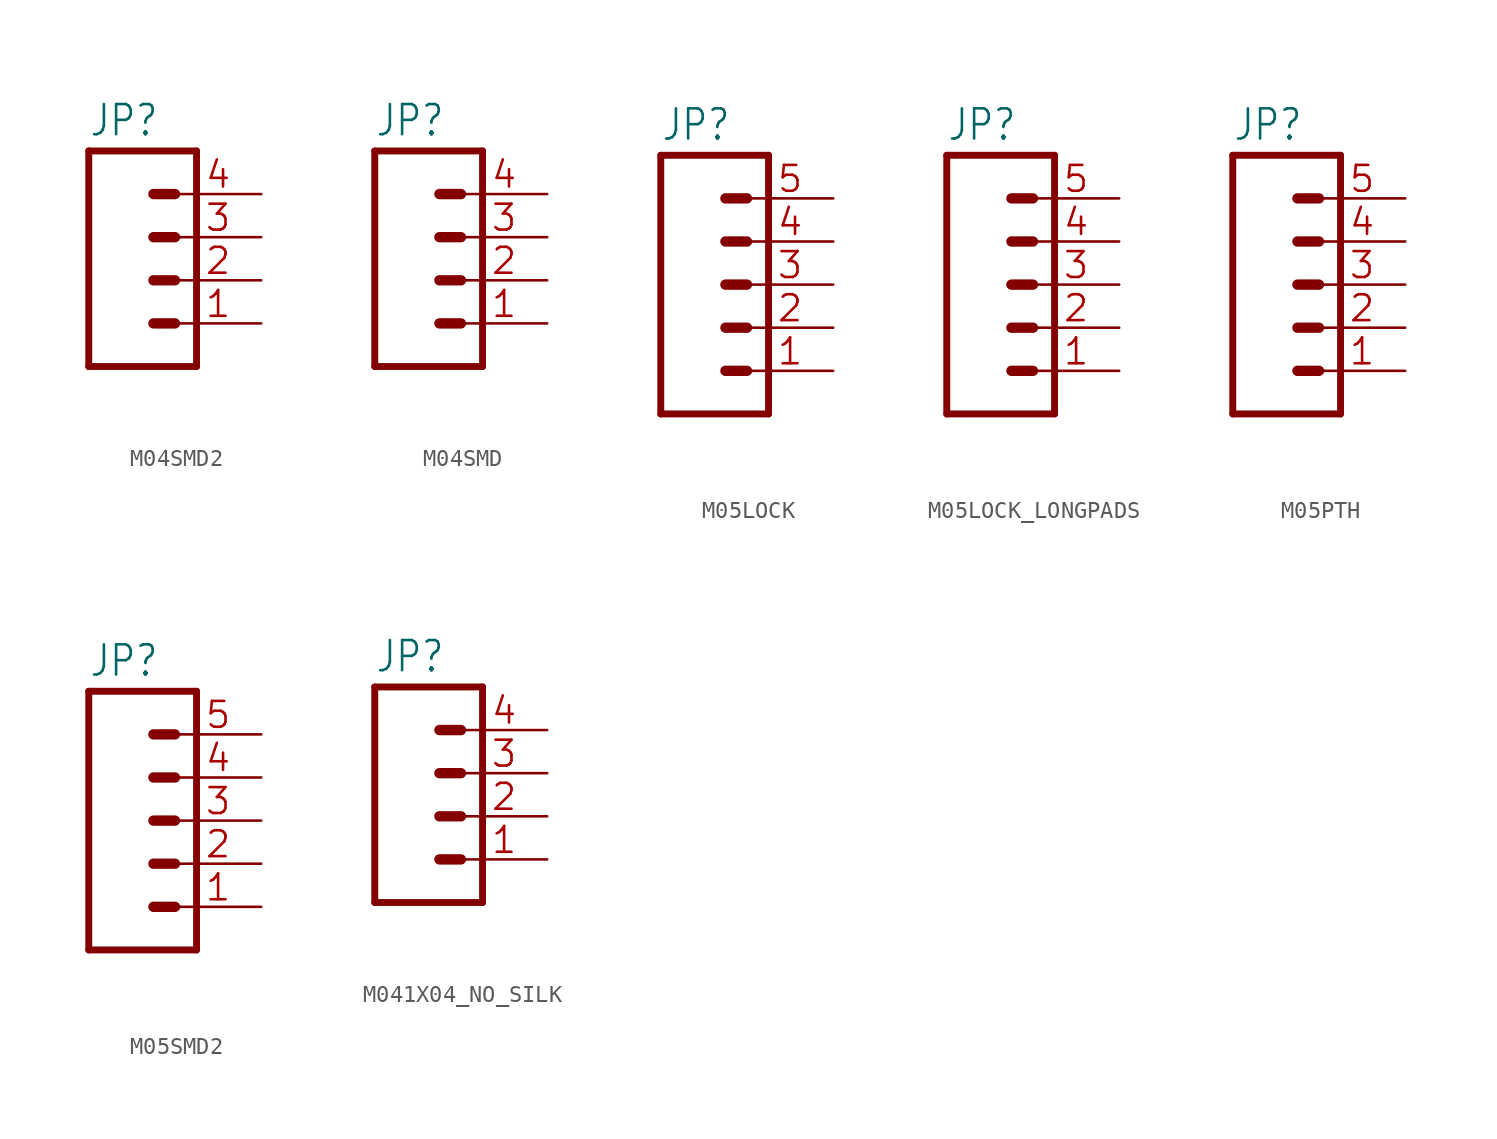
<source format=kicad_sym>
(kicad_symbol_lib
  (version 20241209)
  (generator "kicad_symbol_editor")
  (generator_version "9.0")
  (symbol "M04SMD2"
    (property "Reference" "JP"
      (at -5.08 8.382 0)
      (effects (font (size 1.778 1.511)) (justify left bottom)))
    (property "Value" ""
      (at -5.08 -7.62 0)
      (effects (font (size 1.778 1.511)) (justify left bottom)))
    (property "ki_locked" ""
      (at 0 0 0)
      (effects (font (size 1.27 1.27))))
    (symbol "M04SMD2_1_0"
      (polyline (pts (xy -5.08 7.62) (xy -5.08 -5.08)) (stroke (width 0.406) (type solid)) (fill (type none)))
      (polyline (pts (xy -5.08 7.62) (xy 1.27 7.62)) (stroke (width 0.406) (type solid)) (fill (type none)))
      (polyline (pts (xy -1.27 5.08) (xy 0 5.08)) (stroke (width 0.61) (type solid)) (fill (type none)))
      (polyline (pts (xy -1.27 2.54) (xy 0 2.54)) (stroke (width 0.61) (type solid)) (fill (type none)))
      (polyline (pts (xy -1.27 0) (xy 0 0)) (stroke (width 0.61) (type solid)) (fill (type none)))
      (polyline (pts (xy -1.27 -2.54) (xy 0 -2.54)) (stroke (width 0.61) (type solid)) (fill (type none)))
      (polyline (pts (xy 1.27 -5.08) (xy -5.08 -5.08)) (stroke (width 0.406) (type solid)) (fill (type none)))
      (polyline (pts (xy 1.27 -5.08) (xy 1.27 7.62)) (stroke (width 0.406) (type solid)) (fill (type none)))
      (pin passive line (at 5.08 5.08 180) (length 5.08) (name "4" (effects (font (size 0 0)))) (number "4" (effects (font (size 1.524 1.524)))))
      (pin passive line (at 5.08 2.54 180) (length 5.08) (name "3" (effects (font (size 0 0)))) (number "3" (effects (font (size 1.524 1.524)))))
      (pin passive line (at 5.08 0 180) (length 5.08) (name "2" (effects (font (size 0 0)))) (number "2" (effects (font (size 1.524 1.524)))))
      (pin passive line (at 5.08 -2.54 180) (length 5.08) (name "1" (effects (font (size 0 0)))) (number "1" (effects (font (size 1.524 1.524)))))))
  (symbol "M04SMD"
    (property "Reference" "JP"
      (at -5.08 8.382 0)
      (effects (font (size 1.778 1.511)) (justify left bottom)))
    (property "Value" ""
      (at -5.08 -7.62 0)
      (effects (font (size 1.778 1.511)) (justify left bottom)))
    (property "ki_locked" ""
      (at 0 0 0)
      (effects (font (size 1.27 1.27))))
    (symbol "M04SMD_1_0"
      (polyline (pts (xy -5.08 7.62) (xy -5.08 -5.08)) (stroke (width 0.406) (type solid)) (fill (type none)))
      (polyline (pts (xy -5.08 7.62) (xy 1.27 7.62)) (stroke (width 0.406) (type solid)) (fill (type none)))
      (polyline (pts (xy -1.27 5.08) (xy 0 5.08)) (stroke (width 0.61) (type solid)) (fill (type none)))
      (polyline (pts (xy -1.27 2.54) (xy 0 2.54)) (stroke (width 0.61) (type solid)) (fill (type none)))
      (polyline (pts (xy -1.27 0) (xy 0 0)) (stroke (width 0.61) (type solid)) (fill (type none)))
      (polyline (pts (xy -1.27 -2.54) (xy 0 -2.54)) (stroke (width 0.61) (type solid)) (fill (type none)))
      (polyline (pts (xy 1.27 -5.08) (xy -5.08 -5.08)) (stroke (width 0.406) (type solid)) (fill (type none)))
      (polyline (pts (xy 1.27 -5.08) (xy 1.27 7.62)) (stroke (width 0.406) (type solid)) (fill (type none)))
      (pin passive line (at 5.08 5.08 180) (length 5.08) (name "4" (effects (font (size 0 0)))) (number "4" (effects (font (size 1.524 1.524)))))
      (pin passive line (at 5.08 2.54 180) (length 5.08) (name "3" (effects (font (size 0 0)))) (number "3" (effects (font (size 1.524 1.524)))))
      (pin passive line (at 5.08 0 180) (length 5.08) (name "2" (effects (font (size 0 0)))) (number "2" (effects (font (size 1.524 1.524)))))
      (pin passive line (at 5.08 -2.54 180) (length 5.08) (name "1" (effects (font (size 0 0)))) (number "1" (effects (font (size 1.524 1.524)))))))
  (symbol "M05LOCK"
    (property "Reference" "JP"
      (at -2.54 8.382 0)
      (effects (font (size 1.778 1.511)) (justify left bottom)))
    (property "Value" ""
      (at -2.54 -10.16 0)
      (effects (font (size 1.778 1.511)) (justify left bottom)))
    (property "ki_locked" ""
      (at 0 0 0)
      (effects (font (size 1.27 1.27))))
    (symbol "M05LOCK_1_0"
      (polyline (pts (xy -2.54 7.62) (xy -2.54 -7.62)) (stroke (width 0.406) (type solid)) (fill (type none)))
      (polyline (pts (xy -2.54 7.62) (xy 3.81 7.62)) (stroke (width 0.406) (type solid)) (fill (type none)))
      (polyline (pts (xy 1.27 5.08) (xy 2.54 5.08)) (stroke (width 0.61) (type solid)) (fill (type none)))
      (polyline (pts (xy 1.27 2.54) (xy 2.54 2.54)) (stroke (width 0.61) (type solid)) (fill (type none)))
      (polyline (pts (xy 1.27 0) (xy 2.54 0)) (stroke (width 0.61) (type solid)) (fill (type none)))
      (polyline (pts (xy 1.27 -2.54) (xy 2.54 -2.54)) (stroke (width 0.61) (type solid)) (fill (type none)))
      (polyline (pts (xy 1.27 -5.08) (xy 2.54 -5.08)) (stroke (width 0.61) (type solid)) (fill (type none)))
      (polyline (pts (xy 3.81 -7.62) (xy -2.54 -7.62)) (stroke (width 0.406) (type solid)) (fill (type none)))
      (polyline (pts (xy 3.81 -7.62) (xy 3.81 7.62)) (stroke (width 0.406) (type solid)) (fill (type none)))
      (pin passive line (at 7.62 5.08 180) (length 5.08) (name "5" (effects (font (size 0 0)))) (number "5" (effects (font (size 1.524 1.524)))))
      (pin passive line (at 7.62 2.54 180) (length 5.08) (name "4" (effects (font (size 0 0)))) (number "4" (effects (font (size 1.524 1.524)))))
      (pin passive line (at 7.62 0 180) (length 5.08) (name "3" (effects (font (size 0 0)))) (number "3" (effects (font (size 1.524 1.524)))))
      (pin passive line (at 7.62 -2.54 180) (length 5.08) (name "2" (effects (font (size 0 0)))) (number "2" (effects (font (size 1.524 1.524)))))
      (pin passive line (at 7.62 -5.08 180) (length 5.08) (name "1" (effects (font (size 0 0)))) (number "1" (effects (font (size 1.524 1.524)))))))
  (symbol "M05LOCK_LONGPADS"
    (property "Reference" "JP"
      (at -2.54 8.382 0)
      (effects (font (size 1.778 1.511)) (justify left bottom)))
    (property "Value" ""
      (at -2.54 -10.16 0)
      (effects (font (size 1.778 1.511)) (justify left bottom)))
    (property "ki_locked" ""
      (at 0 0 0)
      (effects (font (size 1.27 1.27))))
    (symbol "M05LOCK_LONGPADS_1_0"
      (polyline (pts (xy -2.54 7.62) (xy -2.54 -7.62)) (stroke (width 0.406) (type solid)) (fill (type none)))
      (polyline (pts (xy -2.54 7.62) (xy 3.81 7.62)) (stroke (width 0.406) (type solid)) (fill (type none)))
      (polyline (pts (xy 1.27 5.08) (xy 2.54 5.08)) (stroke (width 0.61) (type solid)) (fill (type none)))
      (polyline (pts (xy 1.27 2.54) (xy 2.54 2.54)) (stroke (width 0.61) (type solid)) (fill (type none)))
      (polyline (pts (xy 1.27 0) (xy 2.54 0)) (stroke (width 0.61) (type solid)) (fill (type none)))
      (polyline (pts (xy 1.27 -2.54) (xy 2.54 -2.54)) (stroke (width 0.61) (type solid)) (fill (type none)))
      (polyline (pts (xy 1.27 -5.08) (xy 2.54 -5.08)) (stroke (width 0.61) (type solid)) (fill (type none)))
      (polyline (pts (xy 3.81 -7.62) (xy -2.54 -7.62)) (stroke (width 0.406) (type solid)) (fill (type none)))
      (polyline (pts (xy 3.81 -7.62) (xy 3.81 7.62)) (stroke (width 0.406) (type solid)) (fill (type none)))
      (pin passive line (at 7.62 5.08 180) (length 5.08) (name "5" (effects (font (size 0 0)))) (number "5" (effects (font (size 1.524 1.524)))))
      (pin passive line (at 7.62 2.54 180) (length 5.08) (name "4" (effects (font (size 0 0)))) (number "4" (effects (font (size 1.524 1.524)))))
      (pin passive line (at 7.62 0 180) (length 5.08) (name "3" (effects (font (size 0 0)))) (number "3" (effects (font (size 1.524 1.524)))))
      (pin passive line (at 7.62 -2.54 180) (length 5.08) (name "2" (effects (font (size 0 0)))) (number "2" (effects (font (size 1.524 1.524)))))
      (pin passive line (at 7.62 -5.08 180) (length 5.08) (name "1" (effects (font (size 0 0)))) (number "1" (effects (font (size 1.524 1.524)))))))
  (symbol "M05PTH"
    (property "Reference" "JP"
      (at -2.54 8.382 0)
      (effects (font (size 1.778 1.511)) (justify left bottom)))
    (property "Value" ""
      (at -2.54 -10.16 0)
      (effects (font (size 1.778 1.511)) (justify left bottom)))
    (property "ki_locked" ""
      (at 0 0 0)
      (effects (font (size 1.27 1.27))))
    (symbol "M05PTH_1_0"
      (polyline (pts (xy -2.54 7.62) (xy -2.54 -7.62)) (stroke (width 0.406) (type solid)) (fill (type none)))
      (polyline (pts (xy -2.54 7.62) (xy 3.81 7.62)) (stroke (width 0.406) (type solid)) (fill (type none)))
      (polyline (pts (xy 1.27 5.08) (xy 2.54 5.08)) (stroke (width 0.61) (type solid)) (fill (type none)))
      (polyline (pts (xy 1.27 2.54) (xy 2.54 2.54)) (stroke (width 0.61) (type solid)) (fill (type none)))
      (polyline (pts (xy 1.27 0) (xy 2.54 0)) (stroke (width 0.61) (type solid)) (fill (type none)))
      (polyline (pts (xy 1.27 -2.54) (xy 2.54 -2.54)) (stroke (width 0.61) (type solid)) (fill (type none)))
      (polyline (pts (xy 1.27 -5.08) (xy 2.54 -5.08)) (stroke (width 0.61) (type solid)) (fill (type none)))
      (polyline (pts (xy 3.81 -7.62) (xy -2.54 -7.62)) (stroke (width 0.406) (type solid)) (fill (type none)))
      (polyline (pts (xy 3.81 -7.62) (xy 3.81 7.62)) (stroke (width 0.406) (type solid)) (fill (type none)))
      (pin passive line (at 7.62 5.08 180) (length 5.08) (name "5" (effects (font (size 0 0)))) (number "5" (effects (font (size 1.524 1.524)))))
      (pin passive line (at 7.62 2.54 180) (length 5.08) (name "4" (effects (font (size 0 0)))) (number "4" (effects (font (size 1.524 1.524)))))
      (pin passive line (at 7.62 0 180) (length 5.08) (name "3" (effects (font (size 0 0)))) (number "3" (effects (font (size 1.524 1.524)))))
      (pin passive line (at 7.62 -2.54 180) (length 5.08) (name "2" (effects (font (size 0 0)))) (number "2" (effects (font (size 1.524 1.524)))))
      (pin passive line (at 7.62 -5.08 180) (length 5.08) (name "1" (effects (font (size 0 0)))) (number "1" (effects (font (size 1.524 1.524)))))))
  (symbol "M05SMD2"
    (property "Reference" "JP"
      (at -2.54 8.382 0)
      (effects (font (size 1.778 1.511)) (justify left bottom)))
    (property "Value" ""
      (at -2.54 -10.16 0)
      (effects (font (size 1.778 1.511)) (justify left bottom)))
    (property "ki_locked" ""
      (at 0 0 0)
      (effects (font (size 1.27 1.27))))
    (symbol "M05SMD2_1_0"
      (polyline (pts (xy -2.54 7.62) (xy -2.54 -7.62)) (stroke (width 0.406) (type solid)) (fill (type none)))
      (polyline (pts (xy -2.54 7.62) (xy 3.81 7.62)) (stroke (width 0.406) (type solid)) (fill (type none)))
      (polyline (pts (xy 1.27 5.08) (xy 2.54 5.08)) (stroke (width 0.61) (type solid)) (fill (type none)))
      (polyline (pts (xy 1.27 2.54) (xy 2.54 2.54)) (stroke (width 0.61) (type solid)) (fill (type none)))
      (polyline (pts (xy 1.27 0) (xy 2.54 0)) (stroke (width 0.61) (type solid)) (fill (type none)))
      (polyline (pts (xy 1.27 -2.54) (xy 2.54 -2.54)) (stroke (width 0.61) (type solid)) (fill (type none)))
      (polyline (pts (xy 1.27 -5.08) (xy 2.54 -5.08)) (stroke (width 0.61) (type solid)) (fill (type none)))
      (polyline (pts (xy 3.81 -7.62) (xy -2.54 -7.62)) (stroke (width 0.406) (type solid)) (fill (type none)))
      (polyline (pts (xy 3.81 -7.62) (xy 3.81 7.62)) (stroke (width 0.406) (type solid)) (fill (type none)))
      (pin passive line (at 7.62 5.08 180) (length 5.08) (name "5" (effects (font (size 0 0)))) (number "5" (effects (font (size 1.524 1.524)))))
      (pin passive line (at 7.62 2.54 180) (length 5.08) (name "4" (effects (font (size 0 0)))) (number "4" (effects (font (size 1.524 1.524)))))
      (pin passive line (at 7.62 0 180) (length 5.08) (name "3" (effects (font (size 0 0)))) (number "3" (effects (font (size 1.524 1.524)))))
      (pin passive line (at 7.62 -2.54 180) (length 5.08) (name "2" (effects (font (size 0 0)))) (number "2" (effects (font (size 1.524 1.524)))))
      (pin passive line (at 7.62 -5.08 180) (length 5.08) (name "1" (effects (font (size 0 0)))) (number "1" (effects (font (size 1.524 1.524)))))))
  (symbol "M041X04_NO_SILK"
    (property "Reference" "JP"
      (at -5.08 8.382 0)
      (effects (font (size 1.778 1.511)) (justify left bottom)))
    (property "Value" ""
      (at -5.08 -7.62 0)
      (effects (font (size 1.778 1.511)) (justify left bottom)))
    (property "ki_locked" ""
      (at 0 0 0)
      (effects (font (size 1.27 1.27))))
    (symbol "M041X04_NO_SILK_1_0"
      (polyline (pts (xy -5.08 7.62) (xy -5.08 -5.08)) (stroke (width 0.406) (type solid)) (fill (type none)))
      (polyline (pts (xy -5.08 7.62) (xy 1.27 7.62)) (stroke (width 0.406) (type solid)) (fill (type none)))
      (polyline (pts (xy -1.27 5.08) (xy 0 5.08)) (stroke (width 0.61) (type solid)) (fill (type none)))
      (polyline (pts (xy -1.27 2.54) (xy 0 2.54)) (stroke (width 0.61) (type solid)) (fill (type none)))
      (polyline (pts (xy -1.27 0) (xy 0 0)) (stroke (width 0.61) (type solid)) (fill (type none)))
      (polyline (pts (xy -1.27 -2.54) (xy 0 -2.54)) (stroke (width 0.61) (type solid)) (fill (type none)))
      (polyline (pts (xy 1.27 -5.08) (xy -5.08 -5.08)) (stroke (width 0.406) (type solid)) (fill (type none)))
      (polyline (pts (xy 1.27 -5.08) (xy 1.27 7.62)) (stroke (width 0.406) (type solid)) (fill (type none)))
      (pin passive line (at 5.08 5.08 180) (length 5.08) (name "4" (effects (font (size 0 0)))) (number "4" (effects (font (size 1.524 1.524)))))
      (pin passive line (at 5.08 2.54 180) (length 5.08) (name "3" (effects (font (size 0 0)))) (number "3" (effects (font (size 1.524 1.524)))))
      (pin passive line (at 5.08 0 180) (length 5.08) (name "2" (effects (font (size 0 0)))) (number "2" (effects (font (size 1.524 1.524)))))
      (pin passive line (at 5.08 -2.54 180) (length 5.08) (name "1" (effects (font (size 0 0)))) (number "1" (effects (font (size 1.524 1.524))))))))
</source>
